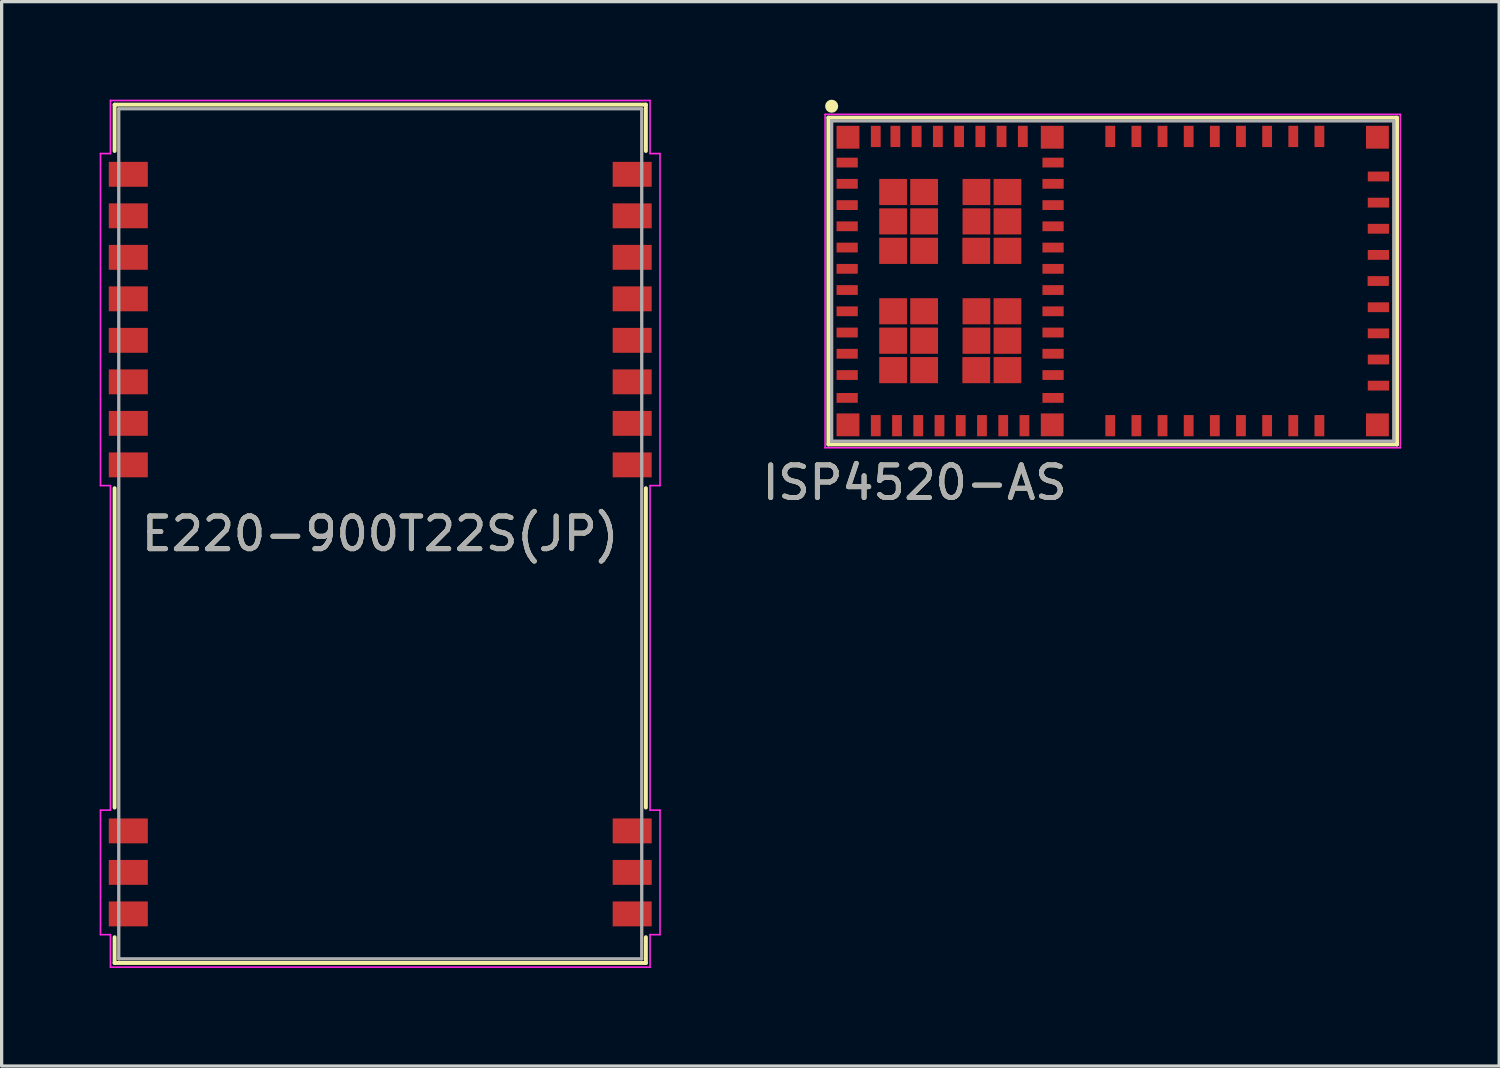
<source format=kicad_pcb>
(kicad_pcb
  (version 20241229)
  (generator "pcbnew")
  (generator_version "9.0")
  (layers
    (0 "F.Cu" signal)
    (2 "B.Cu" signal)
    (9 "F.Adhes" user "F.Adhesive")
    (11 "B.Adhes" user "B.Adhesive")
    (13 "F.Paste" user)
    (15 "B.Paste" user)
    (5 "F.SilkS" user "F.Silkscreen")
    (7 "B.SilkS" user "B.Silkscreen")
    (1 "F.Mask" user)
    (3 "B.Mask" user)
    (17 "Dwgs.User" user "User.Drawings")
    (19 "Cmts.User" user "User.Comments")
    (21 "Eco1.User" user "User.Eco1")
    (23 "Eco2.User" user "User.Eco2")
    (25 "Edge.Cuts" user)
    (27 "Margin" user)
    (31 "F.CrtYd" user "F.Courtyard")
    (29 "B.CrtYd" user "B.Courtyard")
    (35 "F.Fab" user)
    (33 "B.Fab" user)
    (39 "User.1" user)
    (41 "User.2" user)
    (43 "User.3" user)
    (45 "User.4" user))
  (footprint "E220-900T22S(JP)"
    (layer "F.Cu")
    (at 8.585 13.284)
    (property "Reference" "E220-900T22S(JP)" (at 0 0 0) (unlocked yes) (layer "F.SilkS") (effects (font (size 1 1) (thickness 0.15))))
    (attr smd)
    (fp_line (start -8.128 -13.132) (end -8.128 -11.714) (stroke (width 0.12) (type solid)) (layer "F.SilkS"))
    (fp_line (start -8.128 -1.396) (end -8.128 8.376) (stroke (width 0.12) (type solid)) (layer "F.SilkS"))
    (fp_line (start -8.128 12.344) (end -8.128 13.132) (stroke (width 0.12) (type solid)) (layer "F.SilkS"))
    (fp_line (start -8.128 13.132) (end 8.128 13.132) (stroke (width 0.12) (type solid)) (layer "F.SilkS"))
    (fp_line (start 8.128 -13.132) (end -8.128 -13.132) (stroke (width 0.12) (type solid)) (layer "F.SilkS"))
    (fp_line (start 8.128 -11.714) (end 8.128 -13.132) (stroke (width 0.12) (type solid)) (layer "F.SilkS"))
    (fp_line (start 8.128 8.376) (end 8.128 -1.396) (stroke (width 0.12) (type solid)) (layer "F.SilkS"))
    (fp_line (start 8.128 13.132) (end 8.128 12.344) (stroke (width 0.12) (type solid)) (layer "F.SilkS"))
    (fp_line (start -8.56 -11.635) (end -8.56 -1.475) (stroke (width 0.05) (type solid)) (layer "F.CrtYd"))
    (fp_line (start -8.56 -1.475) (end -8.255 -1.475) (stroke (width 0.05) (type solid)) (layer "F.CrtYd"))
    (fp_line (start -8.56 8.455) (end -8.56 12.265) (stroke (width 0.05) (type solid)) (layer "F.CrtYd"))
    (fp_line (start -8.56 12.265) (end -8.255 12.265) (stroke (width 0.05) (type solid)) (layer "F.CrtYd"))
    (fp_line (start -8.255 -13.259) (end -8.255 -11.635) (stroke (width 0.05) (type solid)) (layer "F.CrtYd"))
    (fp_line (start -8.255 -11.635) (end -8.56 -11.635) (stroke (width 0.05) (type solid)) (layer "F.CrtYd"))
    (fp_line (start -8.255 -1.475) (end -8.255 8.455) (stroke (width 0.05) (type solid)) (layer "F.CrtYd"))
    (fp_line (start -8.255 8.455) (end -8.56 8.455) (stroke (width 0.05) (type solid)) (layer "F.CrtYd"))
    (fp_line (start -8.255 13.259) (end -8.255 12.265) (stroke (width 0.05) (type solid)) (layer "F.CrtYd"))
    (fp_line (start -8.255 13.259) (end 8.255 13.259) (stroke (width 0.05) (type solid)) (layer "F.CrtYd"))
    (fp_line (start 8.255 -13.259) (end -8.255 -13.259) (stroke (width 0.05) (type solid)) (layer "F.CrtYd"))
    (fp_line (start 8.255 -11.635) (end 8.255 -13.259) (stroke (width 0.05) (type solid)) (layer "F.CrtYd"))
    (fp_line (start 8.255 -1.475) (end 8.56 -1.475) (stroke (width 0.05) (type solid)) (layer "F.CrtYd"))
    (fp_line (start 8.255 8.455) (end 8.255 -1.475) (stroke (width 0.05) (type solid)) (layer "F.CrtYd"))
    (fp_line (start 8.255 12.265) (end 8.56 12.265) (stroke (width 0.05) (type solid)) (layer "F.CrtYd"))
    (fp_line (start 8.255 13.259) (end 8.255 12.265) (stroke (width 0.05) (type solid)) (layer "F.CrtYd"))
    (fp_line (start 8.56 -11.635) (end 8.255 -11.635) (stroke (width 0.05) (type solid)) (layer "F.CrtYd"))
    (fp_line (start 8.56 -1.475) (end 8.56 -11.635) (stroke (width 0.05) (type solid)) (layer "F.CrtYd"))
    (fp_line (start 8.56 8.455) (end 8.255 8.455) (stroke (width 0.05) (type solid)) (layer "F.CrtYd"))
    (fp_line (start 8.56 12.265) (end 8.56 8.455) (stroke (width 0.05) (type solid)) (layer "F.CrtYd"))
    (fp_line (start -8.001 -13.005) (end -8.001 13.005) (stroke (width 0.1) (type solid)) (layer "F.Fab"))
    (fp_line (start -8.001 13.005) (end 8.001 13.005) (stroke (width 0.1) (type solid)) (layer "F.Fab"))
    (fp_line (start 8.001 -13.005) (end -8.001 -13.005) (stroke (width 0.1) (type solid)) (layer "F.Fab"))
    (fp_line (start 8.001 13.005) (end 8.001 -13.005) (stroke (width 0.1) (type solid)) (layer "F.Fab"))
    (fp_text user "${REFERENCE}" (at 0 0 0) (unlocked yes) (layer "F.Fab") (effects (font (size 1 1) (thickness 0.15))))
    (pad "1" smd rect (at 7.709 11.63) (size 1.194 0.762) (layers "F.Cu" "F.Mask" "F.Paste"))
    (pad "2" smd rect (at 7.709 10.36) (size 1.194 0.762) (layers "F.Cu" "F.Mask" "F.Paste"))
    (pad "3" smd rect (at 7.709 9.09) (size 1.194 0.762) (layers "F.Cu" "F.Mask" "F.Paste"))
    (pad "4" smd rect (at 7.709 -2.11) (size 1.194 0.762) (layers "F.Cu" "F.Mask" "F.Paste"))
    (pad "5" smd rect (at 7.709 -3.38) (size 1.194 0.762) (layers "F.Cu" "F.Mask" "F.Paste"))
    (pad "6" smd rect (at 7.709 -4.65) (size 1.194 0.762) (layers "F.Cu" "F.Mask" "F.Paste"))
    (pad "7" smd rect (at 7.709 -5.92) (size 1.194 0.762) (layers "F.Cu" "F.Mask" "F.Paste"))
    (pad "8" smd rect (at 7.709 -7.19) (size 1.194 0.762) (layers "F.Cu" "F.Mask" "F.Paste"))
    (pad "9" smd rect (at 7.709 -8.46) (size 1.194 0.762) (layers "F.Cu" "F.Mask" "F.Paste"))
    (pad "10" smd rect (at 7.709 -9.73) (size 1.194 0.762) (layers "F.Cu" "F.Mask" "F.Paste"))
    (pad "11" smd rect (at 7.709 -11) (size 1.194 0.762) (layers "F.Cu" "F.Mask" "F.Paste"))
    (pad "12" smd rect (at -7.709 -11) (size 1.194 0.762) (layers "F.Cu" "F.Mask" "F.Paste"))
    (pad "13" smd rect (at -7.709 -9.73) (size 1.194 0.762) (layers "F.Cu" "F.Mask" "F.Paste"))
    (pad "14" smd rect (at -7.709 -8.46) (size 1.194 0.762) (layers "F.Cu" "F.Mask" "F.Paste"))
    (pad "15" smd rect (at -7.709 -7.19) (size 1.194 0.762) (layers "F.Cu" "F.Mask" "F.Paste"))
    (pad "16" smd rect (at -7.709 -5.92) (size 1.194 0.762) (layers "F.Cu" "F.Mask" "F.Paste"))
    (pad "17" smd rect (at -7.709 -4.65) (size 1.194 0.762) (layers "F.Cu" "F.Mask" "F.Paste"))
    (pad "18" smd rect (at -7.709 -3.38) (size 1.194 0.762) (layers "F.Cu" "F.Mask" "F.Paste"))
    (pad "19" smd rect (at -7.709 -2.11) (size 1.194 0.762) (layers "F.Cu" "F.Mask" "F.Paste"))
    (pad "20" smd rect (at -7.709 9.09) (size 1.194 0.762) (layers "F.Cu" "F.Mask" "F.Paste"))
    (pad "21" smd rect (at -7.709 10.36) (size 1.194 0.762) (layers "F.Cu" "F.Mask" "F.Paste"))
    (pad "22" smd rect (at -7.709 11.63) (size 1.194 0.762) (layers "F.Cu" "F.Mask" "F.Paste")))
  (footprint "ISP4520-AS"
    (layer "F.Cu")
    (at 22.397 10.45)
    (property "Reference" "ISP4520-AS" (at 2.54 1.27 0) (unlocked yes) (layer "F.SilkS") (effects (font (size 1 1) (thickness 0.15))))
    (attr smd)
    (fp_line (start -0.1 -9.9) (end 17.3 -9.9) (stroke (width 0.12) (type solid)) (layer "F.SilkS"))
    (fp_line (start -0.1 0.1) (end -0.1 -9.9) (stroke (width 0.12) (type solid)) (layer "F.SilkS"))
    (fp_line (start 17.3 -9.9) (end 17.3 0.1) (stroke (width 0.12) (type solid)) (layer "F.SilkS"))
    (fp_line (start 17.3 0.1) (end -0.1 0.1) (stroke (width 0.12) (type solid)) (layer "F.SilkS"))
    (fp_circle (center 0 -10.25) (end 0.1 -10.25) (stroke (width 0.2) (type solid)) (fill no) (layer "F.SilkS"))
    (fp_line (start -0.2 -10) (end 17.4 -10) (stroke (width 0.05) (type solid)) (layer "F.CrtYd"))
    (fp_line (start -0.2 0.2) (end -0.2 -10) (stroke (width 0.05) (type solid)) (layer "F.CrtYd"))
    (fp_line (start 17.4 -10) (end 17.4 0.2) (stroke (width 0.05) (type solid)) (layer "F.CrtYd"))
    (fp_line (start 17.4 0.2) (end -0.2 0.2) (stroke (width 0.05) (type solid)) (layer "F.CrtYd"))
    (fp_line (start 0 -9.8) (end 17.2 -9.8) (stroke (width 0.1) (type solid)) (layer "F.Fab"))
    (fp_line (start 0 0) (end 0 -9.8) (stroke (width 0.1) (type solid)) (layer "F.Fab"))
    (fp_line (start 17.2 -9.8) (end 17.2 0) (stroke (width 0.1) (type solid)) (layer "F.Fab"))
    (fp_line (start 17.2 0) (end 0 0) (stroke (width 0.1) (type solid)) (layer "F.Fab"))
    (fp_text user "${REFERENCE}" (at 2.54 1.27 0) (unlocked yes) (layer "F.Fab") (effects (font (size 1 1) (thickness 0.15))))
    (pad "1" smd roundrect (at 0.5 -9.3) (size 0.7 0.7) (layers "F.Cu" "F.Mask" "F.Paste") (roundrect_rratio 0.015))
    (pad "2" smd roundrect (at 0.475 -8.525) (size 0.65 0.3) (layers "F.Cu" "F.Mask" "F.Paste") (roundrect_rratio 0.015))
    (pad "3" smd roundrect (at 0.475 -7.875) (size 0.65 0.3) (layers "F.Cu" "F.Mask" "F.Paste") (roundrect_rratio 0.015))
    (pad "4" smd roundrect (at 0.475 -7.225) (size 0.65 0.3) (layers "F.Cu" "F.Mask" "F.Paste") (roundrect_rratio 0.015))
    (pad "5" smd roundrect (at 0.475 -6.575) (size 0.65 0.3) (layers "F.Cu" "F.Mask" "F.Paste") (roundrect_rratio 0.015))
    (pad "6" smd roundrect (at 0.475 -5.925) (size 0.65 0.3) (layers "F.Cu" "F.Mask" "F.Paste") (roundrect_rratio 0.015))
    (pad "7" smd roundrect (at 0.475 -5.275) (size 0.65 0.3) (layers "F.Cu" "F.Mask" "F.Paste") (roundrect_rratio 0.015))
    (pad "8" smd roundrect (at 0.475 -4.625) (size 0.65 0.3) (layers "F.Cu" "F.Mask" "F.Paste") (roundrect_rratio 0.015))
    (pad "9" smd roundrect (at 0.475 -3.975) (size 0.65 0.3) (layers "F.Cu" "F.Mask" "F.Paste") (roundrect_rratio 0.015))
    (pad "10" smd roundrect (at 0.475 -3.325) (size 0.65 0.3) (layers "F.Cu" "F.Mask" "F.Paste") (roundrect_rratio 0.015))
    (pad "11" smd roundrect (at 0.475 -2.675) (size 0.65 0.3) (layers "F.Cu" "F.Mask" "F.Paste") (roundrect_rratio 0.015))
    (pad "12" smd roundrect (at 0.475 -2.025) (size 0.65 0.3) (layers "F.Cu" "F.Mask" "F.Paste") (roundrect_rratio 0.015))
    (pad "13" smd roundrect (at 0.475 -1.325) (size 0.65 0.3) (layers "F.Cu" "F.Mask" "F.Paste") (roundrect_rratio 0.015))
    (pad "14" smd roundrect (at 0.5 -0.5) (size 0.7 0.7) (layers "F.Cu" "F.Mask" "F.Paste") (roundrect_rratio 0.015))
    (pad "15" smd roundrect (at 1.35 -0.475 90) (size 0.65 0.3) (layers "F.Cu" "F.Mask" "F.Paste") (roundrect_rratio 0.015))
    (pad "16" smd roundrect (at 2 -0.475 90) (size 0.65 0.3) (layers "F.Cu" "F.Mask" "F.Paste") (roundrect_rratio 0.015))
    (pad "17" smd roundrect (at 2.65 -0.475 90) (size 0.65 0.3) (layers "F.Cu" "F.Mask" "F.Paste") (roundrect_rratio 0.015))
    (pad "18" smd roundrect (at 3.3 -0.475 90) (size 0.65 0.3) (layers "F.Cu" "F.Mask" "F.Paste") (roundrect_rratio 0.015))
    (pad "19" smd roundrect (at 3.95 -0.475 90) (size 0.65 0.3) (layers "F.Cu" "F.Mask" "F.Paste") (roundrect_rratio 0.015))
    (pad "20" smd roundrect (at 4.6 -0.475 90) (size 0.65 0.3) (layers "F.Cu" "F.Mask" "F.Paste") (roundrect_rratio 0.015))
    (pad "21" smd roundrect (at 5.25 -0.475 90) (size 0.65 0.3) (layers "F.Cu" "F.Mask" "F.Paste") (roundrect_rratio 0.015))
    (pad "22" smd roundrect (at 5.9 -0.475 90) (size 0.65 0.3) (layers "F.Cu" "F.Mask" "F.Paste") (roundrect_rratio 0.015))
    (pad "23" smd roundrect (at 6.75 -0.5 180) (size 0.7 0.7) (layers "F.Cu" "F.Mask" "F.Paste") (roundrect_rratio 0.015))
    (pad "24" smd roundrect (at 6.775 -1.325) (size 0.65 0.3) (layers "F.Cu" "F.Mask" "F.Paste") (roundrect_rratio 0.015))
    (pad "25" smd roundrect (at 6.775 -2.025) (size 0.65 0.3) (layers "F.Cu" "F.Mask" "F.Paste") (roundrect_rratio 0.015))
    (pad "26" smd roundrect (at 6.775 -2.675) (size 0.65 0.3) (layers "F.Cu" "F.Mask" "F.Paste") (roundrect_rratio 0.015))
    (pad "27" smd roundrect (at 6.775 -3.325) (size 0.65 0.3) (layers "F.Cu" "F.Mask" "F.Paste") (roundrect_rratio 0.015))
    (pad "28" smd roundrect (at 6.775 -3.975) (size 0.65 0.3) (layers "F.Cu" "F.Mask" "F.Paste") (roundrect_rratio 0.015))
    (pad "29" smd roundrect (at 6.775 -4.625) (size 0.65 0.3) (layers "F.Cu" "F.Mask" "F.Paste") (roundrect_rratio 0.015))
    (pad "30" smd roundrect (at 6.775 -5.275) (size 0.65 0.3) (layers "F.Cu" "F.Mask" "F.Paste") (roundrect_rratio 0.015))
    (pad "31" smd roundrect (at 6.775 -5.925) (size 0.65 0.3) (layers "F.Cu" "F.Mask" "F.Paste") (roundrect_rratio 0.015))
    (pad "32" smd roundrect (at 6.775 -6.575) (size 0.65 0.3) (layers "F.Cu" "F.Mask" "F.Paste") (roundrect_rratio 0.015))
    (pad "33" smd roundrect (at 6.775 -7.225) (size 0.65 0.3) (layers "F.Cu" "F.Mask" "F.Paste") (roundrect_rratio 0.015))
    (pad "34" smd roundrect (at 6.775 -7.875) (size 0.65 0.3) (layers "F.Cu" "F.Mask" "F.Paste") (roundrect_rratio 0.015))
    (pad "35" smd roundrect (at 6.775 -8.525) (size 0.65 0.3) (layers "F.Cu" "F.Mask" "F.Paste") (roundrect_rratio 0.015))
    (pad "36" smd roundrect (at 6.75 -9.3 180) (size 0.7 0.7) (layers "F.Cu" "F.Mask" "F.Paste") (roundrect_rratio 0.015))
    (pad "37" smd roundrect (at 5.85 -9.325 90) (size 0.65 0.3) (layers "F.Cu" "F.Mask" "F.Paste") (roundrect_rratio 0.015))
    (pad "38" smd roundrect (at 5.2 -9.325 90) (size 0.65 0.3) (layers "F.Cu" "F.Mask" "F.Paste") (roundrect_rratio 0.015))
    (pad "39" smd roundrect (at 4.55 -9.325 90) (size 0.65 0.3) (layers "F.Cu" "F.Mask" "F.Paste") (roundrect_rratio 0.015))
    (pad "40" smd roundrect (at 3.9 -9.325 90) (size 0.65 0.3) (layers "F.Cu" "F.Mask" "F.Paste") (roundrect_rratio 0.015))
    (pad "41" smd roundrect (at 3.25 -9.325 90) (size 0.65 0.3) (layers "F.Cu" "F.Mask" "F.Paste") (roundrect_rratio 0.015))
    (pad "42" smd roundrect (at 2.6 -9.325 90) (size 0.65 0.3) (layers "F.Cu" "F.Mask" "F.Paste") (roundrect_rratio 0.015))
    (pad "43" smd roundrect (at 1.95 -9.325 90) (size 0.65 0.3) (layers "F.Cu" "F.Mask" "F.Paste") (roundrect_rratio 0.015))
    (pad "44" smd roundrect (at 1.35 -9.325 90) (size 0.65 0.3) (layers "F.Cu" "F.Mask" "F.Paste") (roundrect_rratio 0.015))
    (pad "45" smd roundrect (at 8.525 -0.475 90) (size 0.65 0.3) (layers "F.Cu" "F.Mask" "F.Paste") (roundrect_rratio 0.015))
    (pad "46" smd roundrect (at 9.325 -0.475 90) (size 0.65 0.3) (layers "F.Cu" "F.Mask" "F.Paste") (roundrect_rratio 0.015))
    (pad "47" smd roundrect (at 10.125 -0.475 90) (size 0.65 0.3) (layers "F.Cu" "F.Mask" "F.Paste") (roundrect_rratio 0.015))
    (pad "48" smd roundrect (at 10.925 -0.475 90) (size 0.65 0.3) (layers "F.Cu" "F.Mask" "F.Paste") (roundrect_rratio 0.015))
    (pad "49" smd roundrect (at 11.725 -0.475 90) (size 0.65 0.3) (layers "F.Cu" "F.Mask" "F.Paste") (roundrect_rratio 0.015))
    (pad "50" smd roundrect (at 12.525 -0.475 90) (size 0.65 0.3) (layers "F.Cu" "F.Mask" "F.Paste") (roundrect_rratio 0.015))
    (pad "51" smd roundrect (at 13.325 -0.475 90) (size 0.65 0.3) (layers "F.Cu" "F.Mask" "F.Paste") (roundrect_rratio 0.015))
    (pad "52" smd roundrect (at 14.125 -0.475 90) (size 0.65 0.3) (layers "F.Cu" "F.Mask" "F.Paste") (roundrect_rratio 0.015))
    (pad "53" smd roundrect (at 14.925 -0.475 270) (size 0.65 0.3) (layers "F.Cu" "F.Mask" "F.Paste") (roundrect_rratio 0.015))
    (pad "54" smd roundrect (at 16.7 -0.5 180) (size 0.7 0.7) (layers "F.Cu" "F.Mask" "F.Paste") (roundrect_rratio 0.015))
    (pad "55" smd roundrect (at 16.73 -1.7 180) (size 0.65 0.3) (layers "F.Cu" "F.Mask" "F.Paste") (roundrect_rratio 0.015))
    (pad "56" smd roundrect (at 16.73 -2.5 180) (size 0.65 0.3) (layers "F.Cu" "F.Mask" "F.Paste") (roundrect_rratio 0.015))
    (pad "57" smd roundrect (at 16.73 -3.3 180) (size 0.65 0.3) (layers "F.Cu" "F.Mask" "F.Paste") (roundrect_rratio 0.015))
    (pad "58" smd roundrect (at 16.73 -4.1 180) (size 0.65 0.3) (layers "F.Cu" "F.Mask" "F.Paste") (roundrect_rratio 0.015))
    (pad "59" smd roundrect (at 16.725 -4.9 180) (size 0.65 0.3) (layers "F.Cu" "F.Mask" "F.Paste") (roundrect_rratio 0.015))
    (pad "60" smd roundrect (at 16.73 -5.7 180) (size 0.65 0.3) (layers "F.Cu" "F.Mask" "F.Paste") (roundrect_rratio 0.015))
    (pad "61" smd roundrect (at 16.73 -6.5 180) (size 0.65 0.3) (layers "F.Cu" "F.Mask" "F.Paste") (roundrect_rratio 0.015))
    (pad "62" smd roundrect (at 16.73 -7.3 180) (size 0.65 0.3) (layers "F.Cu" "F.Mask" "F.Paste") (roundrect_rratio 0.015))
    (pad "63" smd roundrect (at 16.73 -8.1) (size 0.65 0.3) (layers "F.Cu" "F.Mask" "F.Paste") (roundrect_rratio 0.015))
    (pad "64" smd roundrect (at 16.7 -9.3) (size 0.7 0.7) (layers "F.Cu" "F.Mask" "F.Paste") (roundrect_rratio 0.015))
    (pad "65" smd roundrect (at 14.925 -9.325 270) (size 0.65 0.3) (layers "F.Cu" "F.Mask" "F.Paste") (roundrect_rratio 0.015))
    (pad "66" smd roundrect (at 14.125 -9.325 270) (size 0.65 0.3) (layers "F.Cu" "F.Mask" "F.Paste") (roundrect_rratio 0.015))
    (pad "67" smd roundrect (at 13.325 -9.325 270) (size 0.65 0.3) (layers "F.Cu" "F.Mask" "F.Paste") (roundrect_rratio 0.015))
    (pad "68" smd roundrect (at 12.525 -9.325 270) (size 0.65 0.3) (layers "F.Cu" "F.Mask" "F.Paste") (roundrect_rratio 0.015))
    (pad "69" smd roundrect (at 11.725 -9.325 270) (size 0.65 0.3) (layers "F.Cu" "F.Mask" "F.Paste") (roundrect_rratio 0.015))
    (pad "70" smd roundrect (at 10.925 -9.325 270) (size 0.65 0.3) (layers "F.Cu" "F.Mask" "F.Paste") (roundrect_rratio 0.015))
    (pad "71" smd roundrect (at 10.125 -9.325 270) (size 0.65 0.3) (layers "F.Cu" "F.Mask" "F.Paste") (roundrect_rratio 0.015))
    (pad "72" smd roundrect (at 9.325 -9.325 270) (size 0.65 0.3) (layers "F.Cu" "F.Mask" "F.Paste") (roundrect_rratio 0.015))
    (pad "73" smd roundrect (at 8.525 -9.325 90) (size 0.65 0.3) (layers "F.Cu" "F.Mask" "F.Paste") (roundrect_rratio 0.015))
    (pad "74" smd roundrect (at 1.88 -7.625) (size 0.85 0.8) (layers "F.Cu" "F.Mask" "F.Paste") (roundrect_rratio 0.015))
    (pad "74" smd roundrect (at 1.88 -6.725) (size 0.85 0.8) (layers "F.Cu" "F.Mask" "F.Paste") (roundrect_rratio 0.015))
    (pad "74" smd roundrect (at 1.88 -5.825) (size 0.85 0.8) (layers "F.Cu" "F.Mask" "F.Paste") (roundrect_rratio 0.015))
    (pad "74" smd roundrect (at 1.88 -3.975) (size 0.85 0.8) (layers "F.Cu" "F.Mask" "F.Paste") (roundrect_rratio 0.015))
    (pad "74" smd roundrect (at 1.88 -3.075) (size 0.85 0.8) (layers "F.Cu" "F.Mask" "F.Paste") (roundrect_rratio 0.015))
    (pad "74" smd roundrect (at 1.88 -2.175) (size 0.85 0.8) (layers "F.Cu" "F.Mask" "F.Paste") (roundrect_rratio 0.015))
    (pad "74" smd roundrect (at 2.83 -7.625) (size 0.85 0.8) (layers "F.Cu" "F.Mask" "F.Paste") (roundrect_rratio 0.015))
    (pad "74" smd roundrect (at 2.83 -6.725) (size 0.85 0.8) (layers "F.Cu" "F.Mask" "F.Paste") (roundrect_rratio 0.015))
    (pad "74" smd roundrect (at 2.83 -5.825) (size 0.85 0.8) (layers "F.Cu" "F.Mask" "F.Paste") (roundrect_rratio 0.015))
    (pad "74" smd roundrect (at 2.83 -3.975) (size 0.85 0.8) (layers "F.Cu" "F.Mask" "F.Paste") (roundrect_rratio 0.015))
    (pad "74" smd roundrect (at 2.83 -3.075) (size 0.85 0.8) (layers "F.Cu" "F.Mask" "F.Paste") (roundrect_rratio 0.015))
    (pad "74" smd roundrect (at 2.83 -2.175) (size 0.85 0.8) (layers "F.Cu" "F.Mask" "F.Paste") (roundrect_rratio 0.015))
    (pad "74" smd roundrect (at 4.425 -5.825) (size 0.85 0.8) (layers "F.Cu" "F.Mask" "F.Paste") (roundrect_rratio 0.015))
    (pad "74" smd roundrect (at 4.425 -2.175) (size 0.85 0.8) (layers "F.Cu" "F.Mask" "F.Paste") (roundrect_rratio 0.015))
    (pad "74" smd roundrect (at 4.43 -7.625) (size 0.85 0.8) (layers "F.Cu" "F.Mask" "F.Paste") (roundrect_rratio 0.015))
    (pad "74" smd roundrect (at 4.43 -6.725) (size 0.85 0.8) (layers "F.Cu" "F.Mask" "F.Paste") (roundrect_rratio 0.015))
    (pad "74" smd roundrect (at 4.43 -3.975) (size 0.85 0.8) (layers "F.Cu" "F.Mask" "F.Paste") (roundrect_rratio 0.015))
    (pad "74" smd roundrect (at 4.43 -3.075) (size 0.85 0.8) (layers "F.Cu" "F.Mask" "F.Paste") (roundrect_rratio 0.015))
    (pad "74" smd roundrect (at 5.38 -7.625) (size 0.85 0.8) (layers "F.Cu" "F.Mask" "F.Paste") (roundrect_rratio 0.015))
    (pad "74" smd roundrect (at 5.38 -6.725) (size 0.85 0.8) (layers "F.Cu" "F.Mask" "F.Paste") (roundrect_rratio 0.015))
    (pad "74" smd roundrect (at 5.38 -5.825) (size 0.85 0.8) (layers "F.Cu" "F.Mask" "F.Paste") (roundrect_rratio 0.015))
    (pad "74" smd roundrect (at 5.38 -3.975) (size 0.85 0.8) (layers "F.Cu" "F.Mask" "F.Paste") (roundrect_rratio 0.015))
    (pad "74" smd roundrect (at 5.38 -3.075) (size 0.85 0.8) (layers "F.Cu" "F.Mask" "F.Paste") (roundrect_rratio 0.015))
    (pad "74" smd roundrect (at 5.38 -2.175) (size 0.85 0.8) (layers "F.Cu" "F.Mask" "F.Paste") (roundrect_rratio 0.015)))
  (gr_rect
    (start -3 -3)
    (end 42.822 29.568)
    (stroke (width 0.1) (type default))
    (fill no)
    (layer "Edge.Cuts")))
</source>
